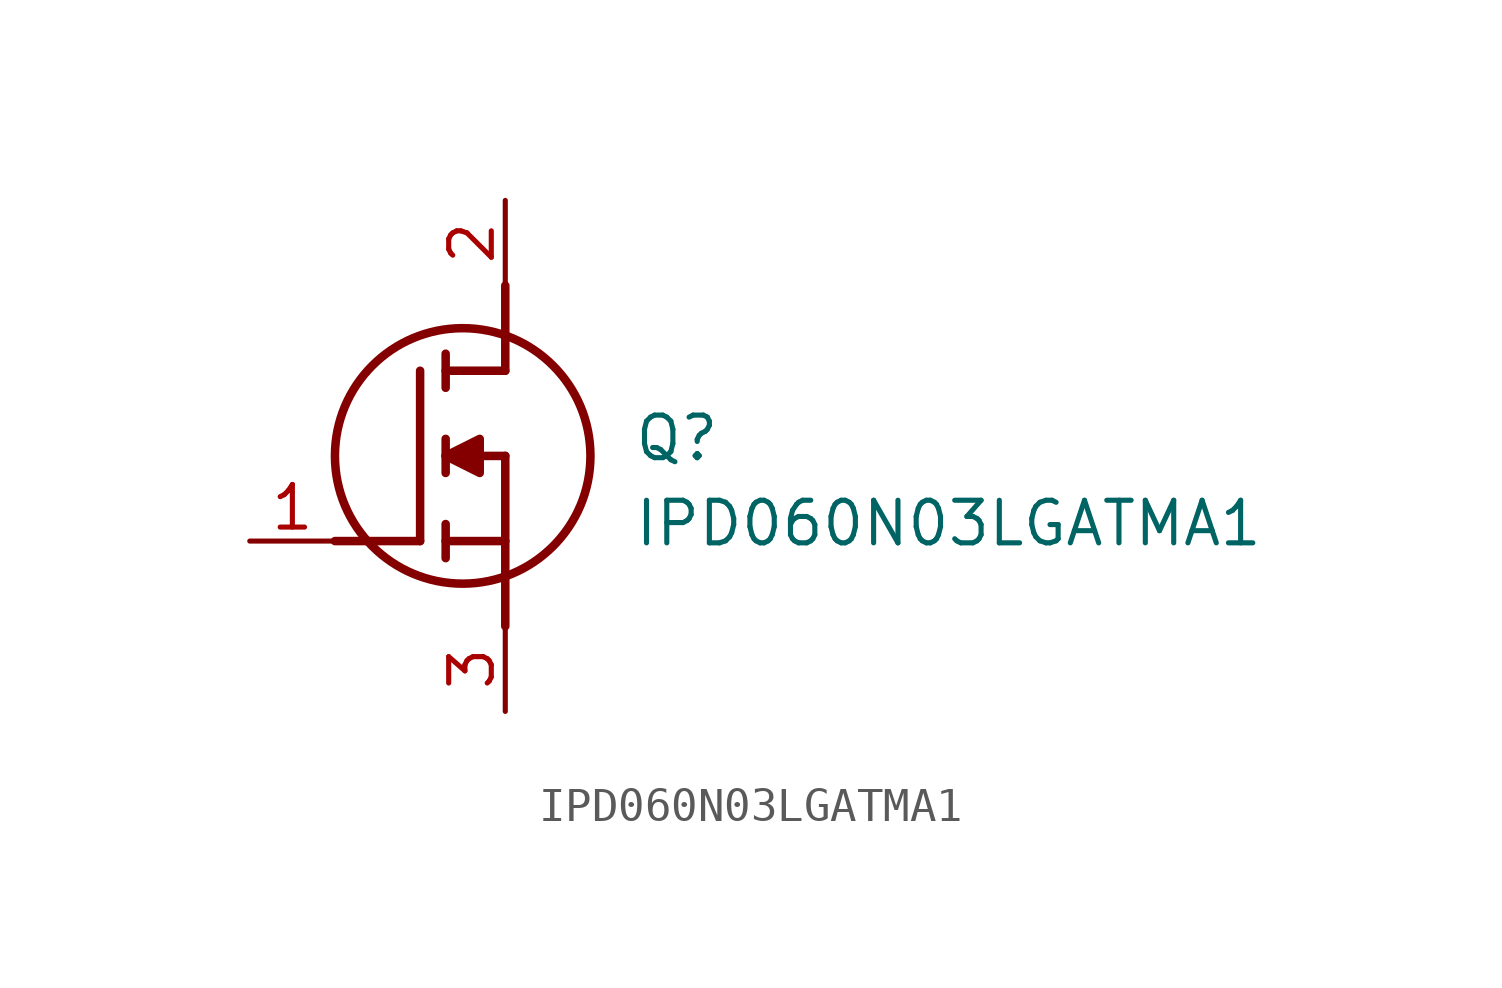
<source format=kicad_sym>
(kicad_symbol_lib
  (version 20220914)
  (generator kicad_symbol_editor)
  (symbol "IPD060N03LGATMA1"
    (pin_names hide)
    (property "Reference" "Q"
      (at 11.43 3.81 0)
      (effects (font (size 1.27 1.27)) (justify left top)))
    (property "Value" "IPD060N03LGATMA1"
      (at 11.43 1.27 0)
      (effects (font (size 1.27 1.27)) (justify left top)))
    (symbol "IPD060N03LGATMA1_1_1"
      (polyline (pts (xy 2.54 0) (xy 5.08 0)) (stroke (width 0.254) (type default)) (fill (type none)))
      (polyline (pts (xy 5.08 5.08) (xy 5.08 0)) (stroke (width 0.254) (type default)) (fill (type none)))
      (polyline (pts (xy 5.842 -0.508) (xy 5.842 0.508)) (stroke (width 0.254) (type default)) (fill (type none)))
      (polyline (pts (xy 5.842 0) (xy 7.62 0)) (stroke (width 0.254) (type default)) (fill (type none)))
      (polyline (pts (xy 5.842 2.032) (xy 5.842 3.048)) (stroke (width 0.254) (type default)) (fill (type none)))
      (polyline (pts (xy 5.842 5.588) (xy 5.842 4.572)) (stroke (width 0.254) (type default)) (fill (type none)))
      (polyline (pts (xy 7.62 2.54) (xy 5.842 2.54)) (stroke (width 0.254) (type default)) (fill (type none)))
      (polyline (pts (xy 7.62 2.54) (xy 7.62 -2.54)) (stroke (width 0.254) (type default)) (fill (type none)))
      (polyline (pts (xy 7.62 5.08) (xy 5.842 5.08)) (stroke (width 0.254) (type default)) (fill (type none)))
      (polyline (pts (xy 7.62 5.08) (xy 7.62 7.62)) (stroke (width 0.254) (type default)) (fill (type none)))
      (polyline (pts (xy 5.842 2.54) (xy 6.858 3.048) (xy 6.858 2.032) (xy 5.842 2.54)) (stroke (width 0.254) (type default)) (fill (type outline)))
      (circle (center 6.35 2.54) (radius 3.81) (stroke (width 0.254) (type default)) (fill (type none)))
      (pin passive line (at 0 0 0) (length 2.54) (name "G" (effects (font (size 1.27 1.27)))) (number "1" (effects (font (size 1.27 1.27)))))
      (pin passive line (at 7.62 10.16 270) (length 2.54) (name "D" (effects (font (size 1.27 1.27)))) (number "2" (effects (font (size 1.27 1.27)))))
      (pin passive line (at 7.62 -5.08 90) (length 2.54) (name "S" (effects (font (size 1.27 1.27)))) (number "3" (effects (font (size 1.27 1.27))))))))
</source>
